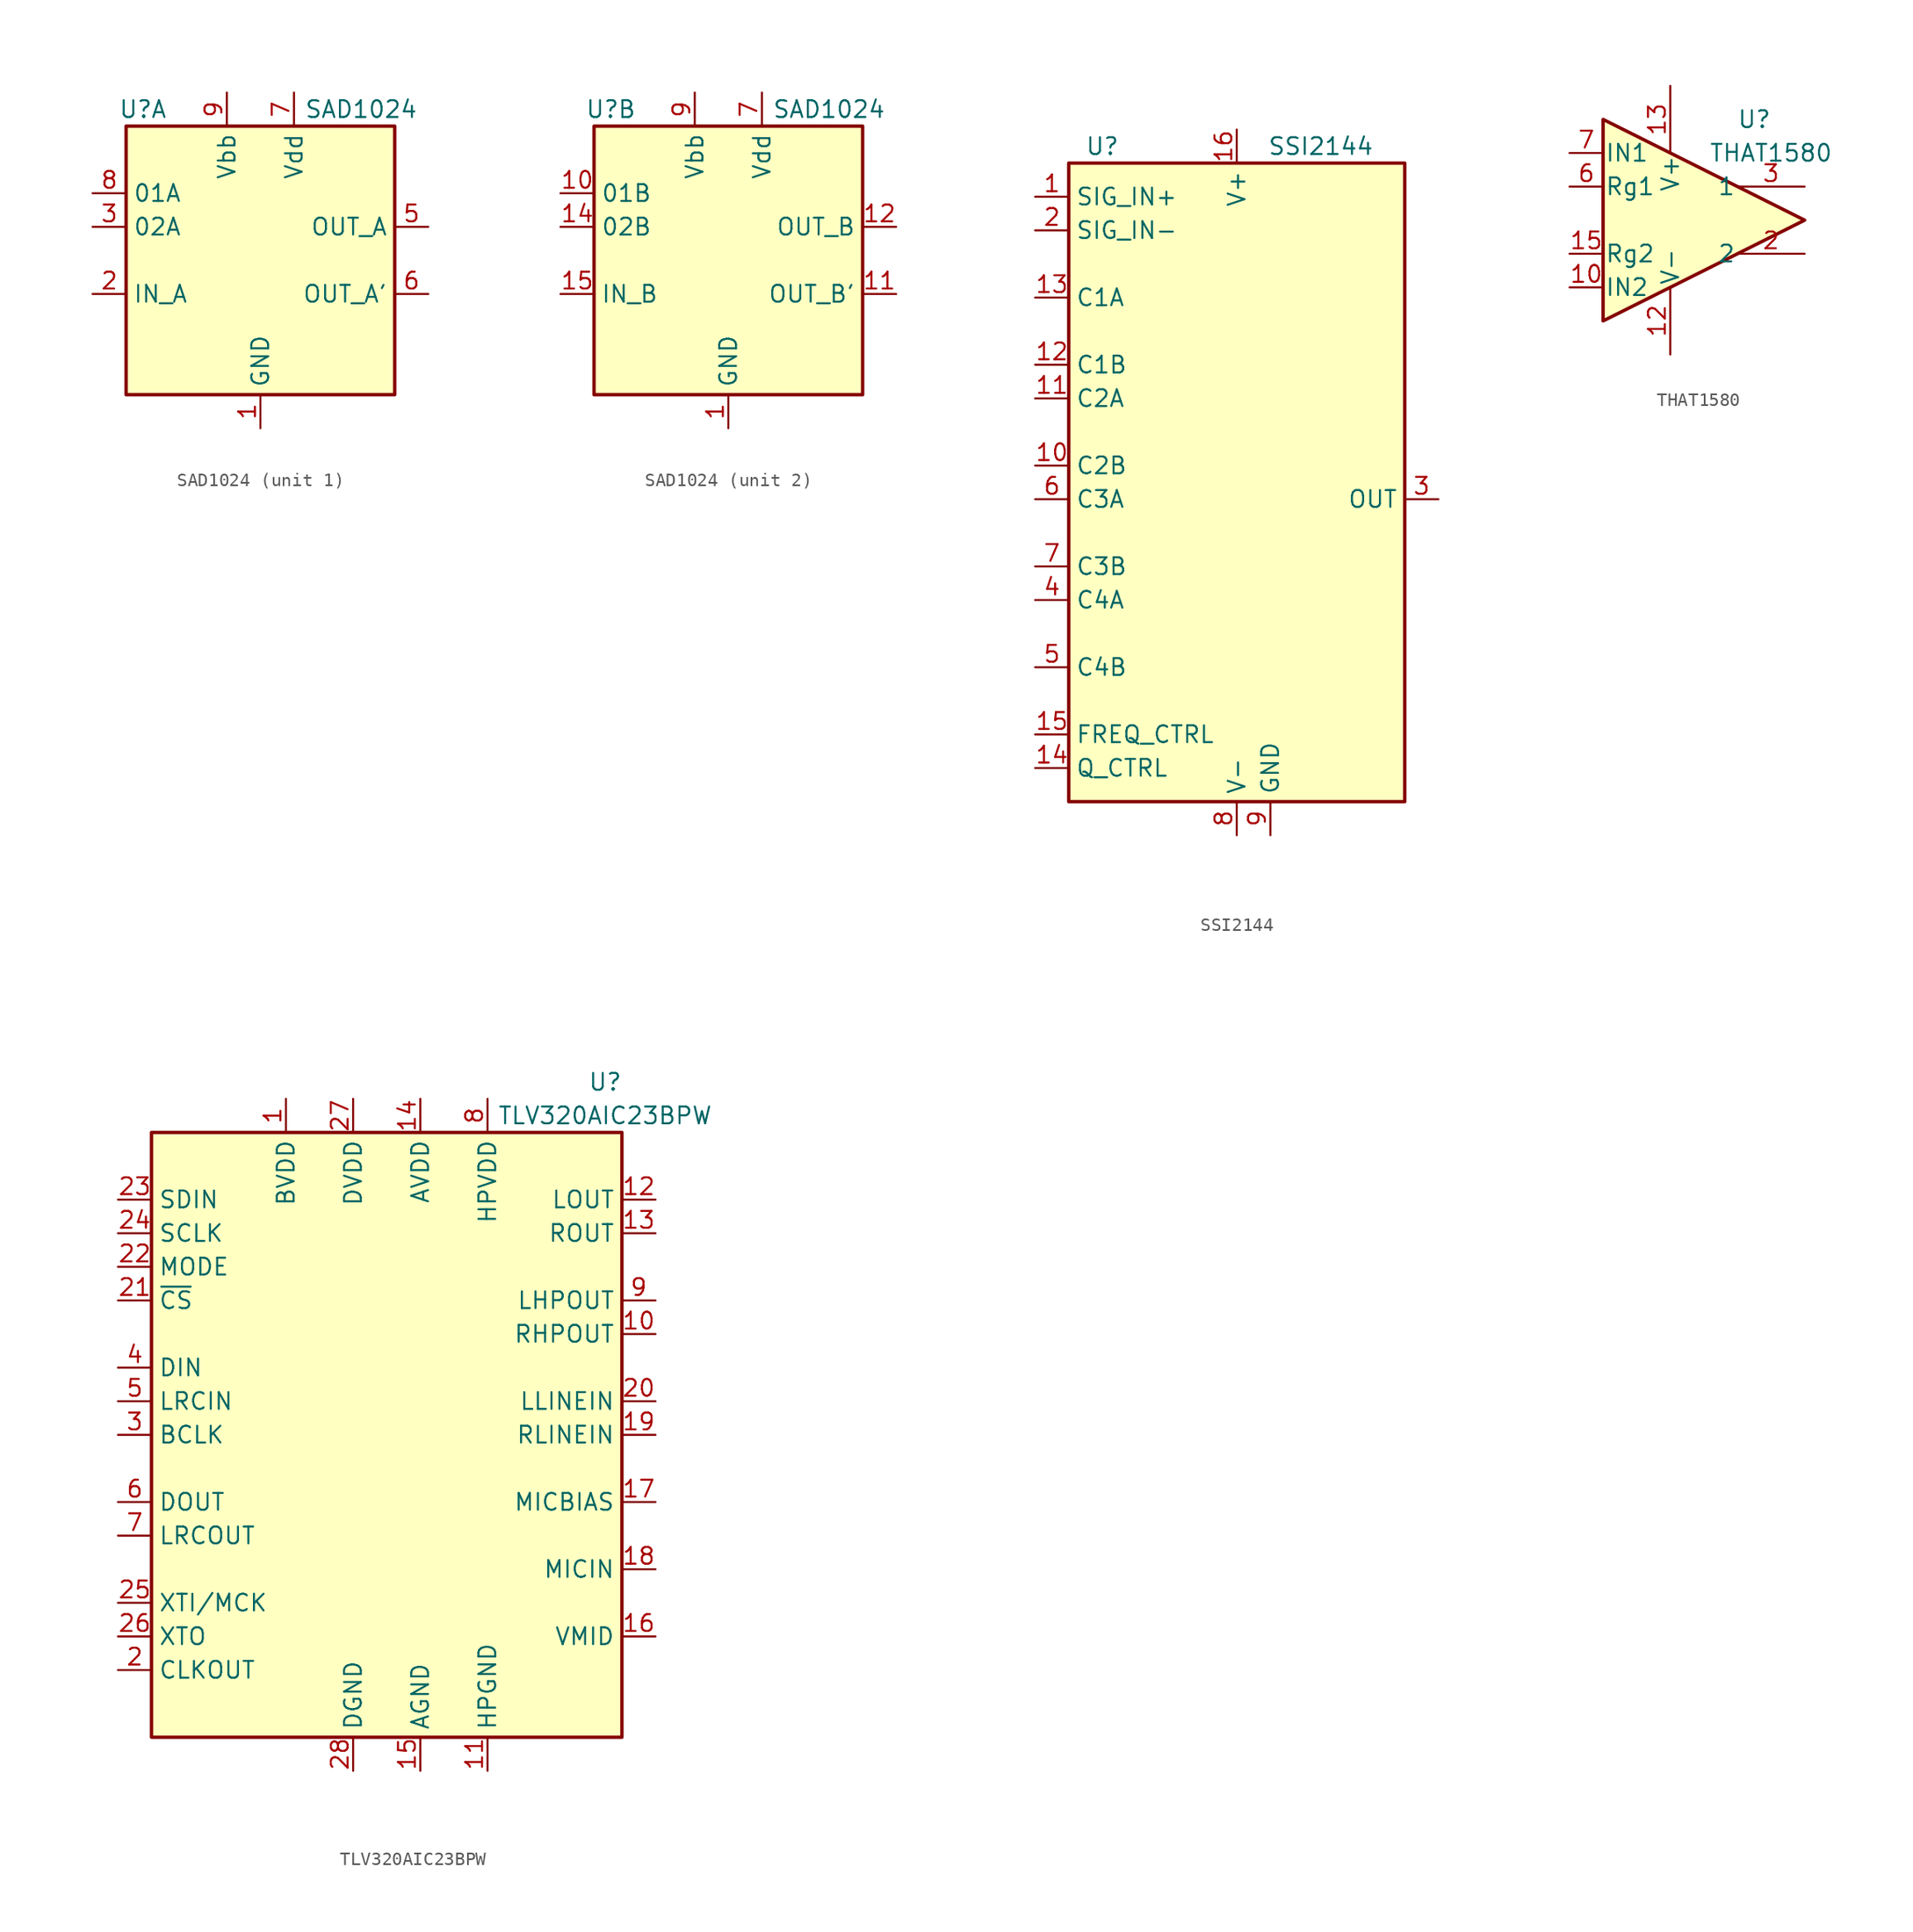
<source format=kicad_sym>
(kicad_symbol_lib
  (version 20231120)
  (generator "kicad_symbol_editor")
  (generator_version "8.0")
  (symbol "SAD1024"
    (property "Reference" "U"
      (at -8.89 11.43 0)
      (effects (font (size 1.27 1.27))))
    (property "Value" "SAD1024"
      (at 7.62 11.43 0)
      (effects (font (size 1.27 1.27))))
    (symbol "SAD1024_0_1"
      (rectangle (start -10.16 10.16) (end 10.16 -10.16) (stroke (width 0.254) (type solid)) (fill (type background)))
      (pin power_in line (at 0 -12.7 90) (length 2.54) (name "GND" (effects (font (size 1.27 1.27)))) (number "1" (effects (font (size 1.27 1.27)))))
      (pin no_connect line (at -5.08 -10.16 90) (length 2.54) hide (name "NC" (effects (font (size 1.27 1.27)))) (number "13" (effects (font (size 1.27 1.27)))))
      (pin no_connect line (at -2.54 -10.16 90) (length 2.54) hide (name "NC" (effects (font (size 1.27 1.27)))) (number "16" (effects (font (size 1.27 1.27)))))
      (pin no_connect line (at -7.62 -10.16 90) (length 2.54) hide (name "NC" (effects (font (size 1.27 1.27)))) (number "4" (effects (font (size 1.27 1.27)))))
      (pin power_in line (at 2.54 12.7 270) (length 2.54) (name "Vdd" (effects (font (size 1.27 1.27)))) (number "7" (effects (font (size 1.27 1.27)))))
      (pin power_in line (at -2.54 12.7 270) (length 2.54) (name "Vbb" (effects (font (size 1.27 1.27)))) (number "9" (effects (font (size 1.27 1.27))))))
    (symbol "SAD1024_1_1"
      (pin input line (at -12.7 -2.54 0) (length 2.54) (name "IN_A" (effects (font (size 1.27 1.27)))) (number "2" (effects (font (size 1.27 1.27)))))
      (pin input line (at -12.7 2.54 0) (length 2.54) (name "02A" (effects (font (size 1.27 1.27)))) (number "3" (effects (font (size 1.27 1.27)))))
      (pin output line (at 12.7 2.54 180) (length 2.54) (name "OUT_A" (effects (font (size 1.27 1.27)))) (number "5" (effects (font (size 1.27 1.27)))))
      (pin output line (at 12.7 -2.54 180) (length 2.54) (name "OUT_A'" (effects (font (size 1.27 1.27)))) (number "6" (effects (font (size 1.27 1.27)))))
      (pin input line (at -12.7 5.08 0) (length 2.54) (name "01A" (effects (font (size 1.27 1.27)))) (number "8" (effects (font (size 1.27 1.27))))))
    (symbol "SAD1024_2_1"
      (pin input line (at -12.7 5.08 0) (length 2.54) (name "01B" (effects (font (size 1.27 1.27)))) (number "10" (effects (font (size 1.27 1.27)))))
      (pin output line (at 12.7 -2.54 180) (length 2.54) (name "OUT_B'" (effects (font (size 1.27 1.27)))) (number "11" (effects (font (size 1.27 1.27)))))
      (pin output line (at 12.7 2.54 180) (length 2.54) (name "OUT_B" (effects (font (size 1.27 1.27)))) (number "12" (effects (font (size 1.27 1.27)))))
      (pin input line (at -12.7 2.54 0) (length 2.54) (name "02B" (effects (font (size 1.27 1.27)))) (number "14" (effects (font (size 1.27 1.27)))))
      (pin input line (at -12.7 -2.54 0) (length 2.54) (name "IN_B" (effects (font (size 1.27 1.27)))) (number "15" (effects (font (size 1.27 1.27)))))))
  (symbol "SSI2144"
    (property "Reference" "U"
      (at -10.16 26.67 0)
      (effects (font (size 1.27 1.27))))
    (property "Value" "SSI2144"
      (at 6.35 26.67 0)
      (effects (font (size 1.27 1.27))))
    (symbol "SSI2144_0_1"
      (rectangle (start -12.7 25.4) (end 12.7 -22.86) (stroke (width 0.254) (type solid)) (fill (type background))))
    (symbol "SSI2144_1_1"
      (pin input line (at -15.24 22.86 0) (length 2.54) (name "SIG_IN+" (effects (font (size 1.27 1.27)))) (number "1" (effects (font (size 1.27 1.27)))))
      (pin passive line (at -15.24 2.54 0) (length 2.54) (name "C2B" (effects (font (size 1.27 1.27)))) (number "10" (effects (font (size 1.27 1.27)))))
      (pin passive line (at -15.24 7.62 0) (length 2.54) (name "C2A" (effects (font (size 1.27 1.27)))) (number "11" (effects (font (size 1.27 1.27)))))
      (pin passive line (at -15.24 10.16 0) (length 2.54) (name "C1B" (effects (font (size 1.27 1.27)))) (number "12" (effects (font (size 1.27 1.27)))))
      (pin passive line (at -15.24 15.24 0) (length 2.54) (name "C1A" (effects (font (size 1.27 1.27)))) (number "13" (effects (font (size 1.27 1.27)))))
      (pin passive line (at -15.24 -20.32 0) (length 2.54) (name "Q_CTRL" (effects (font (size 1.27 1.27)))) (number "14" (effects (font (size 1.27 1.27)))))
      (pin passive line (at -15.24 -17.78 0) (length 2.54) (name "FREQ_CTRL" (effects (font (size 1.27 1.27)))) (number "15" (effects (font (size 1.27 1.27)))))
      (pin power_in line (at 0 27.94 270) (length 2.54) (name "V+" (effects (font (size 1.27 1.27)))) (number "16" (effects (font (size 1.27 1.27)))))
      (pin input line (at -15.24 20.32 0) (length 2.54) (name "SIG_IN-" (effects (font (size 1.27 1.27)))) (number "2" (effects (font (size 1.27 1.27)))))
      (pin output line (at 15.24 0 180) (length 2.54) (name "OUT" (effects (font (size 1.27 1.27)))) (number "3" (effects (font (size 1.27 1.27)))))
      (pin passive line (at -15.24 -7.62 0) (length 2.54) (name "C4A" (effects (font (size 1.27 1.27)))) (number "4" (effects (font (size 1.27 1.27)))))
      (pin passive line (at -15.24 -12.7 0) (length 2.54) (name "C4B" (effects (font (size 1.27 1.27)))) (number "5" (effects (font (size 1.27 1.27)))))
      (pin passive line (at -15.24 0 0) (length 2.54) (name "C3A" (effects (font (size 1.27 1.27)))) (number "6" (effects (font (size 1.27 1.27)))))
      (pin passive line (at -15.24 -5.08 0) (length 2.54) (name "C3B" (effects (font (size 1.27 1.27)))) (number "7" (effects (font (size 1.27 1.27)))))
      (pin power_in line (at 0 -25.4 90) (length 2.54) (name "V-" (effects (font (size 1.27 1.27)))) (number "8" (effects (font (size 1.27 1.27)))))
      (pin power_in line (at 2.54 -25.4 90) (length 2.54) (name "GND" (effects (font (size 1.27 1.27)))) (number "9" (effects (font (size 1.27 1.27)))))))
  (symbol "THAT1580"
    (pin_names
      (offset 0.127))
    (property "Reference" "U"
      (at 3.81 7.62 0)
      (effects (font (size 1.27 1.27))))
    (property "Value" "THAT1580"
      (at 5.08 5.08 0)
      (effects (font (size 1.27 1.27))))
    (symbol "THAT1580_0_1"
      (polyline (pts (xy -7.62 7.62) (xy -7.62 -7.62) (xy 7.62 0) (xy -7.62 7.62)) (stroke (width 0.254) (type solid)) (fill (type background))))
    (symbol "THAT1580_1_1"
      (pin input line (at -10.16 -5.08 0) (length 2.54) (name "IN2" (effects (font (size 1.27 1.27)))) (number "10" (effects (font (size 1.27 1.27)))))
      (pin power_in line (at -2.54 -10.16 90) (length 5.08) (name "V-" (effects (font (size 1.27 1.27)))) (number "12" (effects (font (size 1.27 1.27)))))
      (pin power_in line (at -2.54 10.16 270) (length 5.08) (name "V+" (effects (font (size 1.27 1.27)))) (number "13" (effects (font (size 1.27 1.27)))))
      (pin passive line (at -10.16 -2.54 0) (length 2.54) (name "Rg2" (effects (font (size 1.27 1.27)))) (number "15" (effects (font (size 1.27 1.27)))))
      (pin passive line (at -2.54 -10.16 90) (length 5.08) hide (name "V-" (effects (font (size 1.27 1.27)))) (number "17" (effects (font (size 1.27 1.27)))))
      (pin output line (at 7.62 -2.54 180) (length 5.08) (name "2" (effects (font (size 1.27 1.27)))) (number "2" (effects (font (size 1.27 1.27)))))
      (pin output line (at 7.62 2.54 180) (length 5.08) (name "1" (effects (font (size 1.27 1.27)))) (number "3" (effects (font (size 1.27 1.27)))))
      (pin passive line (at -10.16 2.54 0) (length 2.54) (name "Rg1" (effects (font (size 1.27 1.27)))) (number "6" (effects (font (size 1.27 1.27)))))
      (pin input line (at -10.16 5.08 0) (length 2.54) (name "IN1" (effects (font (size 1.27 1.27)))) (number "7" (effects (font (size 1.27 1.27)))))))
  (symbol "TLV320AIC23BPW"
    (property "Reference" "U"
      (at 16.51 26.67 0)
      (effects (font (size 1.27 1.27))))
    (property "Value" "TLV320AIC23BPW"
      (at 16.51 24.13 0)
      (effects (font (size 1.27 1.27))))
    (symbol "TLV320AIC23BPW_0_1"
      (rectangle (start -17.78 22.86) (end 17.78 -22.86) (stroke (width 0.254) (type solid)) (fill (type background))))
    (symbol "TLV320AIC23BPW_1_1"
      (pin power_in line (at -7.62 25.4 270) (length 2.54) (name "BVDD" (effects (font (size 1.27 1.27)))) (number "1" (effects (font (size 1.27 1.27)))))
      (pin passive line (at 20.32 7.62 180) (length 2.54) (name "RHPOUT" (effects (font (size 1.27 1.27)))) (number "10" (effects (font (size 1.27 1.27)))))
      (pin power_in line (at 7.62 -25.4 90) (length 2.54) (name "HPGND" (effects (font (size 1.27 1.27)))) (number "11" (effects (font (size 1.27 1.27)))))
      (pin passive line (at 20.32 17.78 180) (length 2.54) (name "LOUT" (effects (font (size 1.27 1.27)))) (number "12" (effects (font (size 1.27 1.27)))))
      (pin passive line (at 20.32 15.24 180) (length 2.54) (name "ROUT" (effects (font (size 1.27 1.27)))) (number "13" (effects (font (size 1.27 1.27)))))
      (pin power_in line (at 2.54 25.4 270) (length 2.54) (name "AVDD" (effects (font (size 1.27 1.27)))) (number "14" (effects (font (size 1.27 1.27)))))
      (pin power_in line (at 2.54 -25.4 90) (length 2.54) (name "AGND" (effects (font (size 1.27 1.27)))) (number "15" (effects (font (size 1.27 1.27)))))
      (pin passive line (at 20.32 -15.24 180) (length 2.54) (name "VMID" (effects (font (size 1.27 1.27)))) (number "16" (effects (font (size 1.27 1.27)))))
      (pin passive line (at 20.32 -5.08 180) (length 2.54) (name "MICBIAS" (effects (font (size 1.27 1.27)))) (number "17" (effects (font (size 1.27 1.27)))))
      (pin passive line (at 20.32 -10.16 180) (length 2.54) (name "MICIN" (effects (font (size 1.27 1.27)))) (number "18" (effects (font (size 1.27 1.27)))))
      (pin passive line (at 20.32 0 180) (length 2.54) (name "RLINEIN" (effects (font (size 1.27 1.27)))) (number "19" (effects (font (size 1.27 1.27)))))
      (pin output line (at -20.32 -17.78 0) (length 2.54) (name "CLKOUT" (effects (font (size 1.27 1.27)))) (number "2" (effects (font (size 1.27 1.27)))))
      (pin passive line (at 20.32 2.54 180) (length 2.54) (name "LLINEIN" (effects (font (size 1.27 1.27)))) (number "20" (effects (font (size 1.27 1.27)))))
      (pin input line (at -20.32 10.16 0) (length 2.54) (name "~{CS}" (effects (font (size 1.27 1.27)))) (number "21" (effects (font (size 1.27 1.27)))))
      (pin input line (at -20.32 12.7 0) (length 2.54) (name "MODE" (effects (font (size 1.27 1.27)))) (number "22" (effects (font (size 1.27 1.27)))))
      (pin input line (at -20.32 17.78 0) (length 2.54) (name "SDIN" (effects (font (size 1.27 1.27)))) (number "23" (effects (font (size 1.27 1.27)))))
      (pin input line (at -20.32 15.24 0) (length 2.54) (name "SCLK" (effects (font (size 1.27 1.27)))) (number "24" (effects (font (size 1.27 1.27)))))
      (pin passive line (at -20.32 -12.7 0) (length 2.54) (name "XTI/MCK" (effects (font (size 1.27 1.27)))) (number "25" (effects (font (size 1.27 1.27)))))
      (pin passive line (at -20.32 -15.24 0) (length 2.54) (name "XTO" (effects (font (size 1.27 1.27)))) (number "26" (effects (font (size 1.27 1.27)))))
      (pin power_in line (at -2.54 25.4 270) (length 2.54) (name "DVDD" (effects (font (size 1.27 1.27)))) (number "27" (effects (font (size 1.27 1.27)))))
      (pin power_in line (at -2.54 -25.4 90) (length 2.54) (name "DGND" (effects (font (size 1.27 1.27)))) (number "28" (effects (font (size 1.27 1.27)))))
      (pin bidirectional line (at -20.32 0 0) (length 2.54) (name "BCLK" (effects (font (size 1.27 1.27)))) (number "3" (effects (font (size 1.27 1.27)))))
      (pin input line (at -20.32 5.08 0) (length 2.54) (name "DIN" (effects (font (size 1.27 1.27)))) (number "4" (effects (font (size 1.27 1.27)))))
      (pin input line (at -20.32 2.54 0) (length 2.54) (name "LRCIN" (effects (font (size 1.27 1.27)))) (number "5" (effects (font (size 1.27 1.27)))))
      (pin output line (at -20.32 -5.08 0) (length 2.54) (name "DOUT" (effects (font (size 1.27 1.27)))) (number "6" (effects (font (size 1.27 1.27)))))
      (pin output line (at -20.32 -7.62 0) (length 2.54) (name "LRCOUT" (effects (font (size 1.27 1.27)))) (number "7" (effects (font (size 1.27 1.27)))))
      (pin power_in line (at 7.62 25.4 270) (length 2.54) (name "HPVDD" (effects (font (size 1.27 1.27)))) (number "8" (effects (font (size 1.27 1.27)))))
      (pin passive line (at 20.32 10.16 180) (length 2.54) (name "LHPOUT" (effects (font (size 1.27 1.27)))) (number "9" (effects (font (size 1.27 1.27))))))))
</source>
